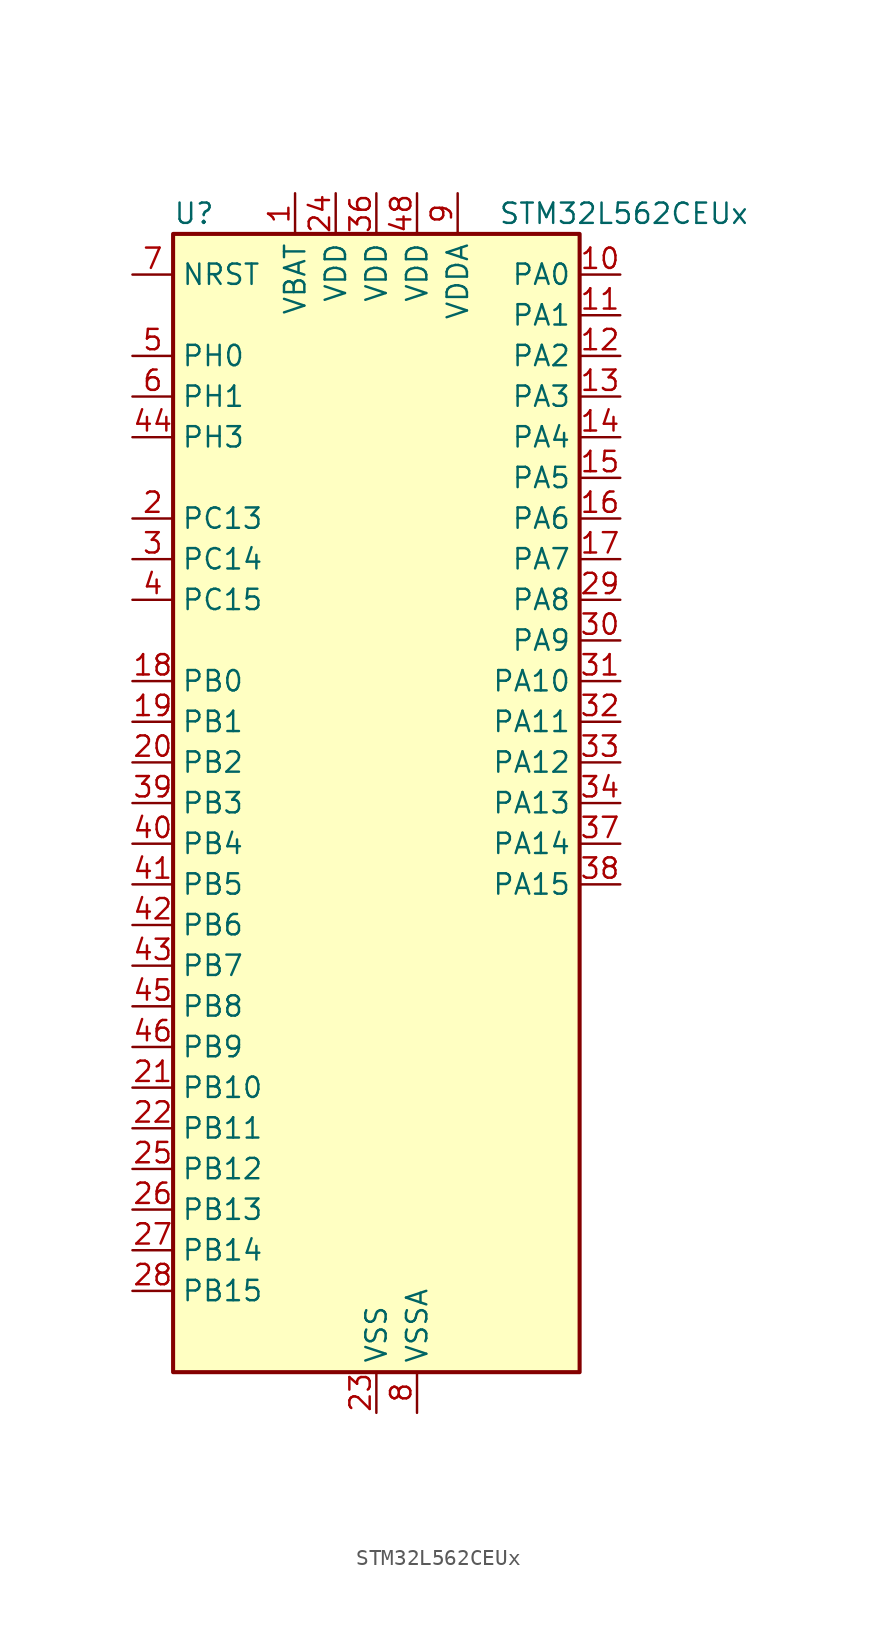
<source format=kicad_sym>
(kicad_symbol_lib
  (version 20231120)
  (generator "kicad_symbol_editor")
  (generator_version "8.0")
  (symbol "STM32L562CEUx"
    (property "Reference" "U"
      (at -12.7 36.83 0)
      (effects (font (size 1.27 1.27)) (justify left)))
    (property "Value" "STM32L562CEUx"
      (at 7.62 36.83 0)
      (effects (font (size 1.27 1.27)) (justify left)))
    (property "ki_locked" ""
      (at 0 0 0)
      (effects (font (size 1.27 1.27))))
    (symbol "STM32L562CEUx_0_1"
      (rectangle (start -12.7 -35.56) (end 12.7 35.56) (stroke (width 0.254) (type default)) (fill (type background))))
    (symbol "STM32L562CEUx_1_1"
      (pin power_in line (at -5.08 38.1 270) (length 2.54) (name "VBAT" (effects (font (size 1.27 1.27)))) (number "1" (effects (font (size 1.27 1.27)))))
      (pin bidirectional line (at 15.24 33.02 180) (length 2.54) (name "PA0" (effects (font (size 1.27 1.27)))) (number "10" (effects (font (size 1.27 1.27)))) (alternate "ADC1_IN5" bidirectional line) (alternate "ADC2_IN5" bidirectional line) (alternate "OPAMP1_VINP" bidirectional line) (alternate "PWR_WKUP1" bidirectional line) (alternate "SAI1_EXTCLK" bidirectional line) (alternate "TAMP_IN2" bidirectional line) (alternate "TAMP_OUT1" bidirectional line) (alternate "TIM2_CH1" bidirectional line) (alternate "TIM2_ETR" bidirectional line) (alternate "TIM5_CH1" bidirectional line) (alternate "TIM8_ETR" bidirectional line) (alternate "UART4_TX" bidirectional line) (alternate "USART2_CTS" bidirectional line) (alternate "USART2_NSS" bidirectional line))
      (pin bidirectional line (at 15.24 30.48 180) (length 2.54) (name "PA1" (effects (font (size 1.27 1.27)))) (number "11" (effects (font (size 1.27 1.27)))) (alternate "ADC1_IN6" bidirectional line) (alternate "ADC2_IN6" bidirectional line) (alternate "I2C1_SMBA" bidirectional line) (alternate "OCTOSPI1_DQS" bidirectional line) (alternate "OPAMP1_VINM" bidirectional line) (alternate "SPI1_SCK" bidirectional line) (alternate "TAMP_IN5" bidirectional line) (alternate "TAMP_OUT4" bidirectional line) (alternate "TIM15_CH1N" bidirectional line) (alternate "TIM2_CH2" bidirectional line) (alternate "TIM5_CH2" bidirectional line) (alternate "UART4_RX" bidirectional line) (alternate "USART2_DE" bidirectional line) (alternate "USART2_RTS" bidirectional line))
      (pin bidirectional line (at 15.24 27.94 180) (length 2.54) (name "PA2" (effects (font (size 1.27 1.27)))) (number "12" (effects (font (size 1.27 1.27)))) (alternate "ADC1_IN7" bidirectional line) (alternate "ADC2_IN7" bidirectional line) (alternate "COMP1_INP" bidirectional line) (alternate "LPUART1_TX" bidirectional line) (alternate "OCTOSPI1_NCS" bidirectional line) (alternate "PWR_WKUP4" bidirectional line) (alternate "RCC_LSCO" bidirectional line) (alternate "SAI2_EXTCLK" bidirectional line) (alternate "TIM15_CH1" bidirectional line) (alternate "TIM2_CH3" bidirectional line) (alternate "TIM5_CH3" bidirectional line) (alternate "UCPD1_FRSTX1" bidirectional line) (alternate "USART2_TX" bidirectional line))
      (pin bidirectional line (at 15.24 25.4 180) (length 2.54) (name "PA3" (effects (font (size 1.27 1.27)))) (number "13" (effects (font (size 1.27 1.27)))) (alternate "ADC1_IN8" bidirectional line) (alternate "ADC2_IN8" bidirectional line) (alternate "LPUART1_RX" bidirectional line) (alternate "OCTOSPI1_CLK" bidirectional line) (alternate "OPAMP1_VOUT" bidirectional line) (alternate "SAI1_CK1" bidirectional line) (alternate "SAI1_MCLK_A" bidirectional line) (alternate "TIM15_CH2" bidirectional line) (alternate "TIM2_CH4" bidirectional line) (alternate "TIM5_CH4" bidirectional line) (alternate "USART2_RX" bidirectional line))
      (pin bidirectional line (at 15.24 22.86 180) (length 2.54) (name "PA4" (effects (font (size 1.27 1.27)))) (number "14" (effects (font (size 1.27 1.27)))) (alternate "ADC1_IN9" bidirectional line) (alternate "ADC2_IN9" bidirectional line) (alternate "DAC1_OUT1" bidirectional line) (alternate "LPTIM2_OUT" bidirectional line) (alternate "OCTOSPI1_NCS" bidirectional line) (alternate "SAI1_FS_B" bidirectional line) (alternate "SPI1_NSS" bidirectional line) (alternate "SPI3_NSS" bidirectional line) (alternate "USART2_CK" bidirectional line))
      (pin bidirectional line (at 15.24 20.32 180) (length 2.54) (name "PA5" (effects (font (size 1.27 1.27)))) (number "15" (effects (font (size 1.27 1.27)))) (alternate "ADC1_IN10" bidirectional line) (alternate "ADC2_IN10" bidirectional line) (alternate "DAC1_OUT2" bidirectional line) (alternate "LPTIM2_ETR" bidirectional line) (alternate "SPI1_SCK" bidirectional line) (alternate "TIM2_CH1" bidirectional line) (alternate "TIM2_ETR" bidirectional line) (alternate "TIM8_CH1N" bidirectional line))
      (pin bidirectional line (at 15.24 17.78 180) (length 2.54) (name "PA6" (effects (font (size 1.27 1.27)))) (number "16" (effects (font (size 1.27 1.27)))) (alternate "ADC1_IN11" bidirectional line) (alternate "ADC2_IN11" bidirectional line) (alternate "LPUART1_CTS" bidirectional line) (alternate "OCTOSPI1_IO3" bidirectional line) (alternate "OPAMP2_VINP" bidirectional line) (alternate "SPI1_MISO" bidirectional line) (alternate "TIM16_CH1" bidirectional line) (alternate "TIM1_BKIN" bidirectional line) (alternate "TIM3_CH1" bidirectional line) (alternate "TIM8_BKIN" bidirectional line) (alternate "USART3_CTS" bidirectional line) (alternate "USART3_NSS" bidirectional line))
      (pin bidirectional line (at 15.24 15.24 180) (length 2.54) (name "PA7" (effects (font (size 1.27 1.27)))) (number "17" (effects (font (size 1.27 1.27)))) (alternate "ADC1_IN12" bidirectional line) (alternate "ADC2_IN12" bidirectional line) (alternate "I2C3_SCL" bidirectional line) (alternate "OCTOSPI1_IO2" bidirectional line) (alternate "OPAMP2_VINM" bidirectional line) (alternate "SPI1_MOSI" bidirectional line) (alternate "TIM17_CH1" bidirectional line) (alternate "TIM1_CH1N" bidirectional line) (alternate "TIM3_CH2" bidirectional line) (alternate "TIM8_CH1N" bidirectional line))
      (pin bidirectional line (at -15.24 7.62 0) (length 2.54) (name "PB0" (effects (font (size 1.27 1.27)))) (number "18" (effects (font (size 1.27 1.27)))) (alternate "ADC1_IN15" bidirectional line) (alternate "ADC2_IN15" bidirectional line) (alternate "COMP1_OUT" bidirectional line) (alternate "OCTOSPI1_IO1" bidirectional line) (alternate "OPAMP2_VOUT" bidirectional line) (alternate "SAI1_EXTCLK" bidirectional line) (alternate "SPI1_NSS" bidirectional line) (alternate "TIM1_CH2N" bidirectional line) (alternate "TIM3_CH3" bidirectional line) (alternate "TIM8_CH2N" bidirectional line) (alternate "USART3_CK" bidirectional line))
      (pin bidirectional line (at -15.24 5.08 0) (length 2.54) (name "PB1" (effects (font (size 1.27 1.27)))) (number "19" (effects (font (size 1.27 1.27)))) (alternate "ADC1_IN16" bidirectional line) (alternate "ADC2_IN16" bidirectional line) (alternate "COMP1_INM" bidirectional line) (alternate "DFSDM1_DATIN0" bidirectional line) (alternate "LPTIM2_IN1" bidirectional line) (alternate "LPUART1_DE" bidirectional line) (alternate "LPUART1_RTS" bidirectional line) (alternate "OCTOSPI1_IO0" bidirectional line) (alternate "TIM1_CH3N" bidirectional line) (alternate "TIM3_CH4" bidirectional line) (alternate "TIM8_CH3N" bidirectional line) (alternate "USART3_DE" bidirectional line) (alternate "USART3_RTS" bidirectional line))
      (pin bidirectional line (at -15.24 17.78 0) (length 2.54) (name "PC13" (effects (font (size 1.27 1.27)))) (number "2" (effects (font (size 1.27 1.27)))) (alternate "PWR_WKUP2" bidirectional line) (alternate "RTC_OUT1" bidirectional line) (alternate "RTC_TS" bidirectional line) (alternate "TAMP_IN1" bidirectional line) (alternate "TAMP_OUT2" bidirectional line))
      (pin bidirectional line (at -15.24 2.54 0) (length 2.54) (name "PB2" (effects (font (size 1.27 1.27)))) (number "20" (effects (font (size 1.27 1.27)))) (alternate "COMP1_INP" bidirectional line) (alternate "DFSDM1_CKIN0" bidirectional line) (alternate "I2C3_SMBA" bidirectional line) (alternate "LPTIM1_OUT" bidirectional line) (alternate "OCTOSPI1_DQS" bidirectional line) (alternate "RTC_OUT2" bidirectional line) (alternate "UCPD1_FRSTX1" bidirectional line))
      (pin bidirectional line (at -15.24 -17.78 0) (length 2.54) (name "PB10" (effects (font (size 1.27 1.27)))) (number "21" (effects (font (size 1.27 1.27)))) (alternate "COMP1_OUT" bidirectional line) (alternate "I2C2_SCL" bidirectional line) (alternate "I2C4_SCL" bidirectional line) (alternate "LPTIM3_OUT" bidirectional line) (alternate "LPUART1_RX" bidirectional line) (alternate "OCTOSPI1_CLK" bidirectional line) (alternate "SAI1_SCK_A" bidirectional line) (alternate "SPI2_SCK" bidirectional line) (alternate "TIM2_CH3" bidirectional line) (alternate "TSC_SYNC" bidirectional line) (alternate "USART3_TX" bidirectional line))
      (pin bidirectional line (at -15.24 -20.32 0) (length 2.54) (name "PB11" (effects (font (size 1.27 1.27)))) (number "22" (effects (font (size 1.27 1.27)))) (alternate "ADC1_EXTI11" bidirectional line) (alternate "ADC2_EXTI11" bidirectional line) (alternate "COMP2_OUT" bidirectional line) (alternate "I2C2_SDA" bidirectional line) (alternate "I2C4_SDA" bidirectional line) (alternate "LPUART1_TX" bidirectional line) (alternate "OCTOSPI1_NCS" bidirectional line) (alternate "TIM2_CH4" bidirectional line) (alternate "USART3_RX" bidirectional line))
      (pin power_in line (at 0 -38.1 90) (length 2.54) (name "VSS" (effects (font (size 1.27 1.27)))) (number "23" (effects (font (size 1.27 1.27)))))
      (pin power_in line (at -2.54 38.1 270) (length 2.54) (name "VDD" (effects (font (size 1.27 1.27)))) (number "24" (effects (font (size 1.27 1.27)))))
      (pin bidirectional line (at -15.24 -22.86 0) (length 2.54) (name "PB12" (effects (font (size 1.27 1.27)))) (number "25" (effects (font (size 1.27 1.27)))) (alternate "DFSDM1_DATIN1" bidirectional line) (alternate "I2C2_SMBA" bidirectional line) (alternate "LPUART1_DE" bidirectional line) (alternate "LPUART1_RTS" bidirectional line) (alternate "OCTOSPI1_NCLK" bidirectional line) (alternate "SAI2_FS_A" bidirectional line) (alternate "SPI2_NSS" bidirectional line) (alternate "TIM15_BKIN" bidirectional line) (alternate "TIM1_BKIN" bidirectional line) (alternate "TSC_G1_IO1" bidirectional line) (alternate "USART3_CK" bidirectional line))
      (pin bidirectional line (at -15.24 -25.4 0) (length 2.54) (name "PB13" (effects (font (size 1.27 1.27)))) (number "26" (effects (font (size 1.27 1.27)))) (alternate "DFSDM1_CKIN1" bidirectional line) (alternate "I2C2_SCL" bidirectional line) (alternate "LPTIM3_IN1" bidirectional line) (alternate "LPUART1_CTS" bidirectional line) (alternate "SAI2_SCK_A" bidirectional line) (alternate "SPI2_SCK" bidirectional line) (alternate "TIM15_CH1N" bidirectional line) (alternate "TIM1_CH1N" bidirectional line) (alternate "TSC_G1_IO2" bidirectional line) (alternate "UCPD1_FRSTX2" bidirectional line) (alternate "USART3_CTS" bidirectional line) (alternate "USART3_NSS" bidirectional line))
      (pin bidirectional line (at -15.24 -27.94 0) (length 2.54) (name "PB14" (effects (font (size 1.27 1.27)))) (number "27" (effects (font (size 1.27 1.27)))) (alternate "DFSDM1_DATIN2" bidirectional line) (alternate "I2C2_SDA" bidirectional line) (alternate "LPTIM3_ETR" bidirectional line) (alternate "SAI2_MCLK_A" bidirectional line) (alternate "SPI2_MISO" bidirectional line) (alternate "TIM15_CH1" bidirectional line) (alternate "TIM1_CH2N" bidirectional line) (alternate "TIM8_CH2N" bidirectional line) (alternate "TSC_G1_IO3" bidirectional line) (alternate "UCPD1_DBCC2" bidirectional line) (alternate "USART3_DE" bidirectional line) (alternate "USART3_RTS" bidirectional line))
      (pin bidirectional line (at -15.24 -30.48 0) (length 2.54) (name "PB15" (effects (font (size 1.27 1.27)))) (number "28" (effects (font (size 1.27 1.27)))) (alternate "ADC1_EXTI15" bidirectional line) (alternate "ADC2_EXTI15" bidirectional line) (alternate "DFSDM1_CKIN2" bidirectional line) (alternate "RTC_REFIN" bidirectional line) (alternate "SAI2_SD_A" bidirectional line) (alternate "SPI2_MOSI" bidirectional line) (alternate "TIM15_CH2" bidirectional line) (alternate "TIM1_CH3N" bidirectional line) (alternate "TIM8_CH3N" bidirectional line) (alternate "UCPD1_CC2" bidirectional line))
      (pin bidirectional line (at 15.24 12.7 180) (length 2.54) (name "PA8" (effects (font (size 1.27 1.27)))) (number "29" (effects (font (size 1.27 1.27)))) (alternate "LPTIM2_OUT" bidirectional line) (alternate "RCC_MCO" bidirectional line) (alternate "SAI1_CK2" bidirectional line) (alternate "SAI1_SCK_A" bidirectional line) (alternate "TIM1_CH1" bidirectional line) (alternate "USART1_CK" bidirectional line))
      (pin bidirectional line (at -15.24 15.24 0) (length 2.54) (name "PC14" (effects (font (size 1.27 1.27)))) (number "3" (effects (font (size 1.27 1.27)))) (alternate "RCC_OSC32_IN" bidirectional line))
      (pin bidirectional line (at 15.24 10.16 180) (length 2.54) (name "PA9" (effects (font (size 1.27 1.27)))) (number "30" (effects (font (size 1.27 1.27)))) (alternate "DAC1_EXTI9" bidirectional line) (alternate "SAI1_FS_A" bidirectional line) (alternate "SPI2_SCK" bidirectional line) (alternate "TIM15_BKIN" bidirectional line) (alternate "TIM1_CH2" bidirectional line) (alternate "USART1_TX" bidirectional line))
      (pin bidirectional line (at 15.24 7.62 180) (length 2.54) (name "PA10" (effects (font (size 1.27 1.27)))) (number "31" (effects (font (size 1.27 1.27)))) (alternate "CRS_SYNC" bidirectional line) (alternate "SAI1_D1" bidirectional line) (alternate "SAI1_SD_A" bidirectional line) (alternate "TIM17_BKIN" bidirectional line) (alternate "TIM1_CH3" bidirectional line) (alternate "USART1_RX" bidirectional line))
      (pin bidirectional line (at 15.24 5.08 180) (length 2.54) (name "PA11" (effects (font (size 1.27 1.27)))) (number "32" (effects (font (size 1.27 1.27)))) (alternate "ADC1_EXTI11" bidirectional line) (alternate "ADC2_EXTI11" bidirectional line) (alternate "FDCAN1_RX" bidirectional line) (alternate "SPI1_MISO" bidirectional line) (alternate "TIM1_BKIN2" bidirectional line) (alternate "TIM1_CH4" bidirectional line) (alternate "USART1_CTS" bidirectional line) (alternate "USART1_NSS" bidirectional line) (alternate "USB_DM" bidirectional line))
      (pin bidirectional line (at 15.24 2.54 180) (length 2.54) (name "PA12" (effects (font (size 1.27 1.27)))) (number "33" (effects (font (size 1.27 1.27)))) (alternate "FDCAN1_TX" bidirectional line) (alternate "SPI1_MOSI" bidirectional line) (alternate "TIM1_ETR" bidirectional line) (alternate "USART1_DE" bidirectional line) (alternate "USART1_RTS" bidirectional line) (alternate "USB_DP" bidirectional line))
      (pin bidirectional line (at 15.24 0 180) (length 2.54) (name "PA13" (effects (font (size 1.27 1.27)))) (number "34" (effects (font (size 1.27 1.27)))) (alternate "DEBUG_JTMS-SWDIO" bidirectional line) (alternate "IR_OUT" bidirectional line) (alternate "SAI1_SD_B" bidirectional line) (alternate "USB_NOE" bidirectional line))
      (pin passive line (at 0 -38.1 90) (length 2.54) hide (name "VSS" (effects (font (size 1.27 1.27)))) (number "35" (effects (font (size 1.27 1.27)))))
      (pin power_in line (at 0 38.1 270) (length 2.54) (name "VDD" (effects (font (size 1.27 1.27)))) (number "36" (effects (font (size 1.27 1.27)))))
      (pin bidirectional line (at 15.24 -2.54 180) (length 2.54) (name "PA14" (effects (font (size 1.27 1.27)))) (number "37" (effects (font (size 1.27 1.27)))) (alternate "DEBUG_JTCK-SWCLK" bidirectional line) (alternate "I2C1_SMBA" bidirectional line) (alternate "I2C4_SMBA" bidirectional line) (alternate "LPTIM1_OUT" bidirectional line) (alternate "SAI1_FS_B" bidirectional line))
      (pin bidirectional line (at 15.24 -5.08 180) (length 2.54) (name "PA15" (effects (font (size 1.27 1.27)))) (number "38" (effects (font (size 1.27 1.27)))) (alternate "ADC1_EXTI15" bidirectional line) (alternate "ADC2_EXTI15" bidirectional line) (alternate "DEBUG_JTDI" bidirectional line) (alternate "SAI2_FS_B" bidirectional line) (alternate "SPI1_NSS" bidirectional line) (alternate "SPI3_NSS" bidirectional line) (alternate "TIM2_CH1" bidirectional line) (alternate "TIM2_ETR" bidirectional line) (alternate "UART4_DE" bidirectional line) (alternate "UART4_RTS" bidirectional line) (alternate "UCPD1_CC1" bidirectional line) (alternate "USART2_RX" bidirectional line) (alternate "USART3_DE" bidirectional line) (alternate "USART3_RTS" bidirectional line))
      (pin bidirectional line (at -15.24 0 0) (length 2.54) (name "PB3" (effects (font (size 1.27 1.27)))) (number "39" (effects (font (size 1.27 1.27)))) (alternate "COMP2_INM" bidirectional line) (alternate "CRS_SYNC" bidirectional line) (alternate "DEBUG_JTDO-SWO" bidirectional line) (alternate "SAI1_SCK_B" bidirectional line) (alternate "SPI1_SCK" bidirectional line) (alternate "SPI3_SCK" bidirectional line) (alternate "TIM2_CH2" bidirectional line) (alternate "USART1_DE" bidirectional line) (alternate "USART1_RTS" bidirectional line))
      (pin bidirectional line (at -15.24 12.7 0) (length 2.54) (name "PC15" (effects (font (size 1.27 1.27)))) (number "4" (effects (font (size 1.27 1.27)))) (alternate "ADC1_EXTI15" bidirectional line) (alternate "ADC2_EXTI15" bidirectional line) (alternate "RCC_OSC32_OUT" bidirectional line))
      (pin bidirectional line (at -15.24 -2.54 0) (length 2.54) (name "PB4" (effects (font (size 1.27 1.27)))) (number "40" (effects (font (size 1.27 1.27)))) (alternate "COMP2_INP" bidirectional line) (alternate "DEBUG_JTRST" bidirectional line) (alternate "I2C3_SDA" bidirectional line) (alternate "SAI1_MCLK_B" bidirectional line) (alternate "SPI1_MISO" bidirectional line) (alternate "SPI3_MISO" bidirectional line) (alternate "TIM17_BKIN" bidirectional line) (alternate "TIM3_CH1" bidirectional line) (alternate "TSC_G2_IO1" bidirectional line) (alternate "USART1_CTS" bidirectional line) (alternate "USART1_NSS" bidirectional line))
      (pin bidirectional line (at -15.24 -5.08 0) (length 2.54) (name "PB5" (effects (font (size 1.27 1.27)))) (number "41" (effects (font (size 1.27 1.27)))) (alternate "COMP2_OUT" bidirectional line) (alternate "I2C1_SMBA" bidirectional line) (alternate "LPTIM1_IN1" bidirectional line) (alternate "OCTOSPI1_NCLK" bidirectional line) (alternate "SAI1_SD_B" bidirectional line) (alternate "SPI1_MOSI" bidirectional line) (alternate "SPI3_MOSI" bidirectional line) (alternate "TIM16_BKIN" bidirectional line) (alternate "TIM3_CH2" bidirectional line) (alternate "TSC_G2_IO2" bidirectional line) (alternate "UCPD1_DBCC1" bidirectional line) (alternate "USART1_CK" bidirectional line))
      (pin bidirectional line (at -15.24 -7.62 0) (length 2.54) (name "PB6" (effects (font (size 1.27 1.27)))) (number "42" (effects (font (size 1.27 1.27)))) (alternate "COMP2_INP" bidirectional line) (alternate "I2C1_SCL" bidirectional line) (alternate "I2C4_SCL" bidirectional line) (alternate "LPTIM1_ETR" bidirectional line) (alternate "SAI1_FS_B" bidirectional line) (alternate "TIM16_CH1N" bidirectional line) (alternate "TIM4_CH1" bidirectional line) (alternate "TIM8_BKIN2" bidirectional line) (alternate "TSC_G2_IO3" bidirectional line) (alternate "USART1_TX" bidirectional line))
      (pin bidirectional line (at -15.24 -10.16 0) (length 2.54) (name "PB7" (effects (font (size 1.27 1.27)))) (number "43" (effects (font (size 1.27 1.27)))) (alternate "COMP2_INM" bidirectional line) (alternate "I2C1_SDA" bidirectional line) (alternate "I2C4_SDA" bidirectional line) (alternate "LPTIM1_IN2" bidirectional line) (alternate "PWR_PVD_IN" bidirectional line) (alternate "TIM17_CH1N" bidirectional line) (alternate "TIM4_CH2" bidirectional line) (alternate "TIM8_BKIN" bidirectional line) (alternate "TSC_G2_IO4" bidirectional line) (alternate "UART4_CTS" bidirectional line) (alternate "USART1_RX" bidirectional line))
      (pin bidirectional line (at -15.24 22.86 0) (length 2.54) (name "PH3" (effects (font (size 1.27 1.27)))) (number "44" (effects (font (size 1.27 1.27)))))
      (pin bidirectional line (at -15.24 -12.7 0) (length 2.54) (name "PB8" (effects (font (size 1.27 1.27)))) (number "45" (effects (font (size 1.27 1.27)))) (alternate "DFSDM1_CKOUT" bidirectional line) (alternate "FDCAN1_RX" bidirectional line) (alternate "I2C1_SCL" bidirectional line) (alternate "SAI1_CK1" bidirectional line) (alternate "SAI1_MCLK_A" bidirectional line) (alternate "TIM16_CH1" bidirectional line) (alternate "TIM4_CH3" bidirectional line))
      (pin bidirectional line (at -15.24 -15.24 0) (length 2.54) (name "PB9" (effects (font (size 1.27 1.27)))) (number "46" (effects (font (size 1.27 1.27)))) (alternate "DAC1_EXTI9" bidirectional line) (alternate "FDCAN1_TX" bidirectional line) (alternate "I2C1_SDA" bidirectional line) (alternate "IR_OUT" bidirectional line) (alternate "SAI1_D2" bidirectional line) (alternate "SAI1_FS_A" bidirectional line) (alternate "SPI2_NSS" bidirectional line) (alternate "TIM17_CH1" bidirectional line) (alternate "TIM4_CH4" bidirectional line))
      (pin passive line (at 0 -38.1 90) (length 2.54) hide (name "VSS" (effects (font (size 1.27 1.27)))) (number "47" (effects (font (size 1.27 1.27)))))
      (pin power_in line (at 2.54 38.1 270) (length 2.54) (name "VDD" (effects (font (size 1.27 1.27)))) (number "48" (effects (font (size 1.27 1.27)))))
      (pin passive line (at 0 -38.1 90) (length 2.54) hide (name "VSS" (effects (font (size 1.27 1.27)))) (number "49" (effects (font (size 1.27 1.27)))))
      (pin bidirectional line (at -15.24 27.94 0) (length 2.54) (name "PH0" (effects (font (size 1.27 1.27)))) (number "5" (effects (font (size 1.27 1.27)))) (alternate "RCC_OSC_IN" bidirectional line))
      (pin bidirectional line (at -15.24 25.4 0) (length 2.54) (name "PH1" (effects (font (size 1.27 1.27)))) (number "6" (effects (font (size 1.27 1.27)))) (alternate "RCC_OSC_OUT" bidirectional line))
      (pin input line (at -15.24 33.02 0) (length 2.54) (name "NRST" (effects (font (size 1.27 1.27)))) (number "7" (effects (font (size 1.27 1.27)))))
      (pin power_in line (at 2.54 -38.1 90) (length 2.54) (name "VSSA" (effects (font (size 1.27 1.27)))) (number "8" (effects (font (size 1.27 1.27)))))
      (pin power_in line (at 5.08 38.1 270) (length 2.54) (name "VDDA" (effects (font (size 1.27 1.27)))) (number "9" (effects (font (size 1.27 1.27)))) (alternate "VREFBUF_OUT" bidirectional line)))))
</source>
